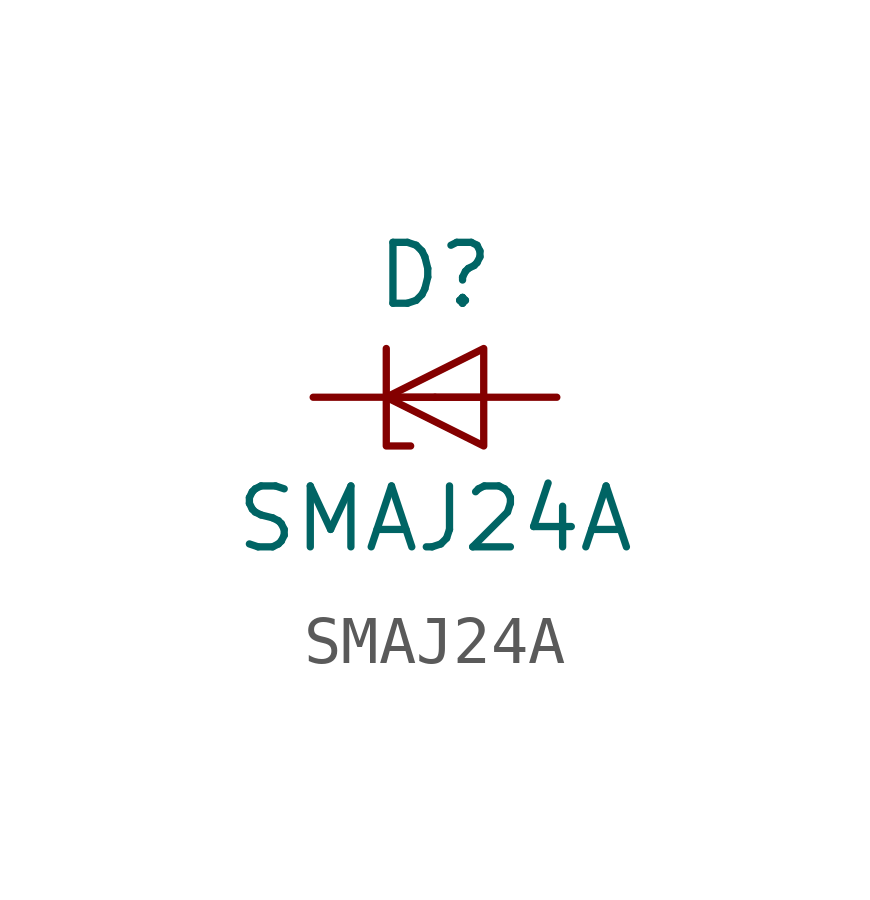
<source format=kicad_sym>
(kicad_symbol_lib
  (version 20220914)
  (generator kicad_symbol_editor)
  (symbol "SMAJ24A"
    (pin_numbers hide)
    (pin_names hide)
    (property "Reference" "D"
      (at 0 2.54 0)
      (effects (font (size 1.27 1.27))))
    (property "Value" "SMAJ24A"
      (at 0 -2.54 0)
      (effects (font (size 1.27 1.27))))
    (symbol "SMAJ24A_0_1"
      (polyline (pts (xy -1.016 0) (xy 1.016 0)) (stroke (width 0) (type default)) (fill (type none)))
      (polyline (pts (xy -1.016 1.016) (xy -1.016 -1.016) (xy -0.508 -1.016)) (stroke (width 0) (type default)) (fill (type none)))
      (polyline (pts (xy 1.016 1.016) (xy -1.016 0) (xy 1.016 -1.016) (xy 1.016 1.016)) (stroke (width 0) (type default)) (fill (type none))))
    (symbol "SMAJ24A_1_1"
      (pin passive line (at -2.54 0 0) (length 2.54) (name "K1" (effects (font (size 1.27 1.27)))) (number "1" (effects (font (size 1.27 1.27)))))
      (pin passive line (at 2.54 0 180) (length 2.54) (name "A" (effects (font (size 1.27 1.27)))) (number "2" (effects (font (size 1.27 1.27))))))))
</source>
